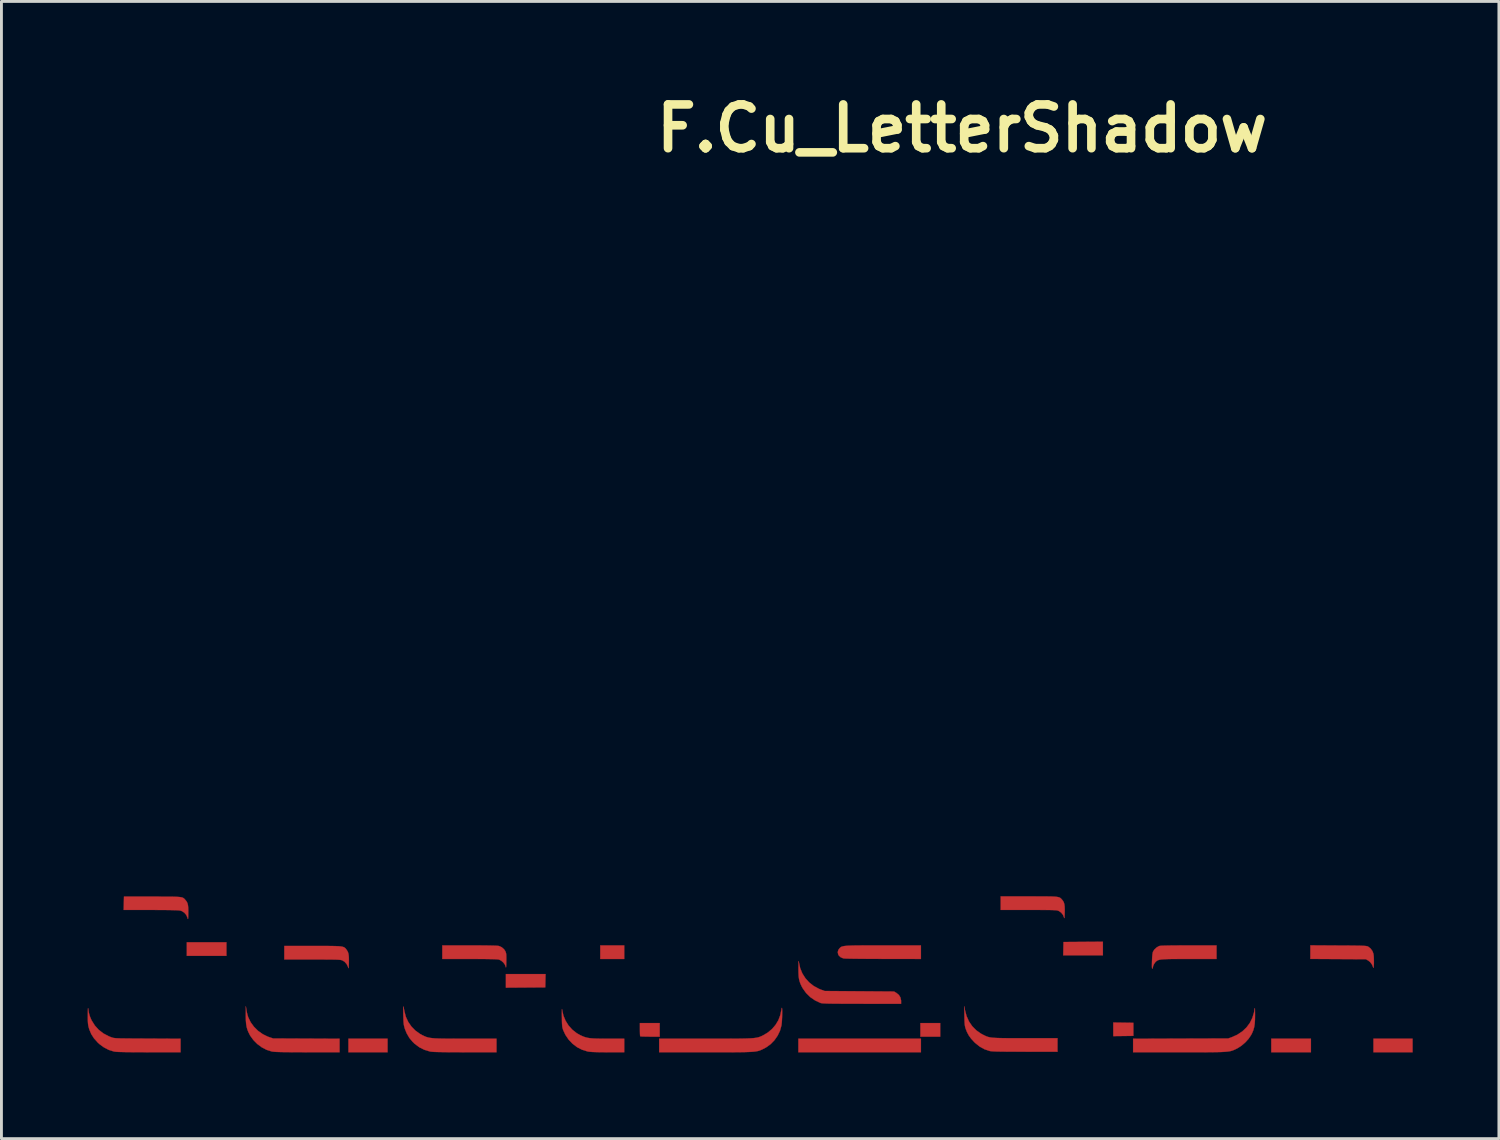
<source format=kicad_pcb>
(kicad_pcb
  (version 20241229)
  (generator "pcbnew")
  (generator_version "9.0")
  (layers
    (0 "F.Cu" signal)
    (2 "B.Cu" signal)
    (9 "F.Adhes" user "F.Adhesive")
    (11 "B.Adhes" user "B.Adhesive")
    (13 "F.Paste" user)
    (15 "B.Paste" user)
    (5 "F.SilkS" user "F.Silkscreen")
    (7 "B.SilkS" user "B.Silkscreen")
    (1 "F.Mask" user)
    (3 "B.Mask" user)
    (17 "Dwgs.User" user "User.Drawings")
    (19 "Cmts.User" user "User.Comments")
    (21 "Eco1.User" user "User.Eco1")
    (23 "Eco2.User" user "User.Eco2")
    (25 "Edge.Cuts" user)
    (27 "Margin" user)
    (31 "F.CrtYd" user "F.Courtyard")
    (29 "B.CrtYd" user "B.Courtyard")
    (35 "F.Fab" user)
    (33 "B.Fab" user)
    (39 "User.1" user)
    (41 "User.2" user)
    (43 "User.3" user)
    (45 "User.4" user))
  (footprint "F.Cu_LetterShadow"
    (layer "F.Cu")
    (at 30.429 1.418)
    (property "Reference" "F.Cu_LetterShadow" (at 0 0 0) (layer "F.SilkS") (effects (font (size 1.524 1.524) (thickness 0.3))))
    (attr through_hole)
    (fp_poly (pts (xy -25.6 28.793) (xy -26.978 28.793) (xy -26.978 28.321) (xy -25.6 28.321) (xy -25.6 28.793)) (stroke (width 0.01) (type solid)) (fill yes) (layer "F.Cu"))
    (fp_poly (pts (xy -19.993 32.149) (xy -21.354 32.149) (xy -21.354 31.677) (xy -19.993 31.677) (xy -19.993 32.149)) (stroke (width 0.01) (type solid)) (fill yes) (layer "F.Cu"))
    (fp_poly (pts (xy -11.757 28.902) (xy -12.591 28.902) (xy -12.591 28.43) (xy -11.757 28.43) (xy -11.757 28.902)) (stroke (width 0.01) (type solid)) (fill yes) (layer "F.Cu"))
    (fp_poly (pts (xy -1.433 32.149) (xy -5.697 32.149) (xy -5.697 31.677) (xy -1.433 31.677) (xy -1.433 32.149)) (stroke (width 0.01) (type solid)) (fill yes) (layer "F.Cu"))
    (fp_poly (pts (xy -0.762 31.605) (xy -1.451 31.605) (xy -1.451 31.133) (xy -0.762 31.133) (xy -0.762 31.605)) (stroke (width 0.01) (type solid)) (fill yes) (layer "F.Cu"))
    (fp_poly (pts (xy 12.138 32.149) (xy 10.759 32.149) (xy 10.759 31.677) (xy 12.138 31.677) (xy 12.138 32.149)) (stroke (width 0.01) (type solid)) (fill yes) (layer "F.Cu"))
    (fp_poly (pts (xy 15.675 32.149) (xy 14.315 32.149) (xy 14.315 31.677) (xy 15.675 31.677) (xy 15.675 32.149)) (stroke (width 0.01) (type solid)) (fill yes) (layer "F.Cu"))
    (fp_poly (pts (xy -14.5 29.659) (xy -14.505 29.89) (xy -15.875 29.9) (xy -15.875 29.428) (xy -14.495 29.428) (xy -14.5 29.659)) (stroke (width 0.01) (type solid)) (fill yes) (layer "F.Cu"))
    (fp_poly (pts (xy 4.899 28.775) (xy 3.519 28.775) (xy 3.524 28.543) (xy 3.529 28.312) (xy 4.214 28.307) (xy 4.899 28.302) (xy 4.899 28.775)) (stroke (width 0.01) (type solid)) (fill yes) (layer "F.Cu"))
    (fp_poly (pts (xy 5.611 31.119) (xy 5.96 31.124) (xy 5.96 31.578) (xy 5.611 31.583) (xy 5.261 31.587) (xy 5.261 31.114) (xy 5.611 31.119)) (stroke (width 0.01) (type solid)) (fill yes) (layer "F.Cu"))
    (fp_poly (pts (xy -10.523 31.605) (xy -10.855 31.605) (xy -10.962 31.604) (xy -11.055 31.602) (xy -11.13 31.6) (xy -11.181 31.596) (xy -11.2 31.593) (xy -11.205 31.571) (xy -11.209 31.52) (xy -11.211 31.448) (xy -11.212 31.362) (xy -11.212 31.357) (xy -11.212 31.133) (xy -10.523 31.133) (xy -10.523 31.605)) (stroke (width 0.01) (type solid)) (fill yes) (layer "F.Cu"))
    (fp_poly (pts (xy 13.095 28.434) (xy 13.31 28.435) (xy 13.491 28.436) (xy 13.643 28.438) (xy 13.767 28.439) (xy 13.867 28.441) (xy 13.945 28.444) (xy 14.005 28.447) (xy 14.05 28.451) (xy 14.082 28.456) (xy 14.105 28.461) (xy 14.122 28.468) (xy 14.126 28.47) (xy 14.214 28.538) (xy 14.28 28.629) (xy 14.314 28.724) (xy 14.321 28.77) (xy 14.326 28.833) (xy 14.329 28.907) (xy 14.33 28.984) (xy 14.33 29.059) (xy 14.327 29.125) (xy 14.323 29.176) (xy 14.318 29.207) (xy 14.311 29.21) (xy 14.308 29.201) (xy 14.263 29.095) (xy 14.198 29.008) (xy 14.131 28.956) (xy 14.052 28.911) (xy 13.086 28.906) (xy 12.119 28.9) (xy 12.119 28.428) (xy 13.095 28.434)) (stroke (width 0.01) (type solid)) (fill yes) (layer "F.Cu"))
    (fp_poly (pts (xy -1.433 28.902) (xy -2.753 28.9) (xy -3.003 28.899) (xy -3.234 28.898) (xy -3.443 28.897) (xy -3.629 28.895) (xy -3.789 28.893) (xy -3.921 28.891) (xy -4.024 28.888) (xy -4.094 28.885) (xy -4.131 28.881) (xy -4.134 28.881) (xy -4.227 28.841) (xy -4.289 28.784) (xy -4.312 28.743) (xy -4.327 28.665) (xy -4.307 28.59) (xy -4.267 28.534) (xy -4.248 28.515) (xy -4.23 28.498) (xy -4.209 28.484) (xy -4.182 28.472) (xy -4.147 28.462) (xy -4.103 28.453) (xy -4.045 28.447) (xy -3.971 28.441) (xy -3.88 28.437) (xy -3.769 28.434) (xy -3.634 28.432) (xy -3.474 28.431) (xy -3.286 28.43) (xy -3.068 28.43) (xy -2.816 28.43) (xy -2.736 28.43) (xy -1.433 28.43) (xy -1.433 28.902)) (stroke (width 0.01) (type solid)) (fill yes) (layer "F.Cu"))
    (fp_poly (pts (xy -17.14 28.43) (xy -16.888 28.43) (xy -16.671 28.432) (xy -16.489 28.434) (xy -16.343 28.437) (xy -16.233 28.44) (xy -16.158 28.445) (xy -16.12 28.45) (xy -16.02 28.494) (xy -15.939 28.564) (xy -15.89 28.64) (xy -15.877 28.676) (xy -15.867 28.715) (xy -15.862 28.765) (xy -15.86 28.833) (xy -15.86 28.926) (xy -15.861 28.987) (xy -15.863 29.089) (xy -15.866 29.157) (xy -15.87 29.192) (xy -15.875 29.197) (xy -15.88 29.175) (xy -15.91 29.098) (xy -15.965 29.024) (xy -16.037 28.962) (xy -16.115 28.923) (xy -16.12 28.922) (xy -16.158 28.917) (xy -16.229 28.912) (xy -16.336 28.908) (xy -16.477 28.906) (xy -16.653 28.903) (xy -16.865 28.902) (xy -17.113 28.902) (xy -17.14 28.902) (xy -18.088 28.902) (xy -18.088 28.43) (xy -17.14 28.43)) (stroke (width 0.01) (type solid)) (fill yes) (layer "F.Cu"))
    (fp_poly (pts (xy -24.901 30.689) (xy -24.885 30.775) (xy -24.862 30.863) (xy -24.84 30.935) (xy -24.839 30.936) (xy -24.755 31.107) (xy -24.641 31.263) (xy -24.502 31.401) (xy -24.343 31.515) (xy -24.168 31.602) (xy -24.121 31.619) (xy -23.976 31.668) (xy -21.663 31.679) (xy -21.663 32.149) (xy -22.783 32.148) (xy -23.026 32.147) (xy -23.236 32.146) (xy -23.415 32.145) (xy -23.565 32.144) (xy -23.689 32.142) (xy -23.79 32.139) (xy -23.871 32.136) (xy -23.934 32.132) (xy -23.981 32.127) (xy -24.016 32.122) (xy -24.021 32.121) (xy -24.2 32.065) (xy -24.37 31.976) (xy -24.526 31.861) (xy -24.663 31.722) (xy -24.776 31.565) (xy -24.843 31.431) (xy -24.875 31.346) (xy -24.898 31.258) (xy -24.914 31.161) (xy -24.923 31.047) (xy -24.927 30.907) (xy -24.926 30.826) (xy -24.925 30.544) (xy -24.901 30.689)) (stroke (width 0.01) (type solid)) (fill yes) (layer "F.Cu"))
    (fp_poly (pts (xy -27.768 26.734) (xy -27.61 26.734) (xy -27.48 26.735) (xy -27.374 26.738) (xy -27.29 26.742) (xy -27.223 26.747) (xy -27.172 26.755) (xy -27.133 26.765) (xy -27.103 26.778) (xy -27.079 26.794) (xy -27.058 26.813) (xy -27.038 26.837) (xy -27.018 26.859) (xy -26.982 26.908) (xy -26.956 26.961) (xy -26.939 27.027) (xy -26.93 27.111) (xy -26.927 27.22) (xy -26.928 27.309) (xy -26.93 27.405) (xy -26.932 27.469) (xy -26.935 27.503) (xy -26.94 27.512) (xy -26.946 27.5) (xy -26.955 27.468) (xy -26.956 27.463) (xy -27 27.366) (xy -27.07 27.287) (xy -27.161 27.232) (xy -27.213 27.216) (xy -27.258 27.211) (xy -27.338 27.206) (xy -27.454 27.203) (xy -27.604 27.2) (xy -27.788 27.198) (xy -28.006 27.197) (xy -28.241 27.196) (xy -29.175 27.196) (xy -29.17 26.965) (xy -29.165 26.733) (xy -28.176 26.733) (xy -27.955 26.733) (xy -27.768 26.734)) (stroke (width 0.01) (type solid)) (fill yes) (layer "F.Cu"))
    (fp_poly (pts (xy 8.854 28.902) (xy 7.906 28.902) (xy 7.685 28.902) (xy 7.497 28.902) (xy 7.339 28.903) (xy 7.209 28.905) (xy 7.102 28.908) (xy 7.016 28.912) (xy 6.949 28.917) (xy 6.896 28.924) (xy 6.854 28.933) (xy 6.822 28.944) (xy 6.795 28.957) (xy 6.77 28.972) (xy 6.762 28.978) (xy 6.718 29.021) (xy 6.678 29.082) (xy 6.649 29.145) (xy 6.64 29.19) (xy 6.631 29.226) (xy 6.62 29.239) (xy 6.612 29.233) (xy 6.607 29.203) (xy 6.605 29.144) (xy 6.606 29.054) (xy 6.608 28.981) (xy 6.614 28.846) (xy 6.623 28.745) (xy 6.635 28.676) (xy 6.644 28.647) (xy 6.691 28.574) (xy 6.761 28.508) (xy 6.84 28.46) (xy 6.871 28.449) (xy 6.907 28.444) (xy 6.978 28.44) (xy 7.082 28.437) (xy 7.219 28.434) (xy 7.388 28.432) (xy 7.586 28.431) (xy 7.812 28.43) (xy 7.897 28.43) (xy 8.854 28.43) (xy 8.854 28.902)) (stroke (width 0.01) (type solid)) (fill yes) (layer "F.Cu"))
    (fp_poly (pts (xy -22.601 28.448) (xy -22.376 28.448) (xy -22.184 28.449) (xy -22.023 28.45) (xy -21.888 28.452) (xy -21.779 28.455) (xy -21.691 28.459) (xy -21.621 28.466) (xy -21.567 28.475) (xy -21.526 28.487) (xy -21.494 28.502) (xy -21.469 28.521) (xy -21.448 28.543) (xy -21.428 28.569) (xy -21.411 28.593) (xy -21.381 28.642) (xy -21.359 28.698) (xy -21.346 28.768) (xy -21.339 28.856) (xy -21.338 28.971) (xy -21.339 29.056) (xy -21.342 29.142) (xy -21.345 29.196) (xy -21.348 29.221) (xy -21.354 29.221) (xy -21.362 29.2) (xy -21.368 29.179) (xy -21.416 29.079) (xy -21.49 28.998) (xy -21.562 28.954) (xy -21.58 28.947) (xy -21.601 28.94) (xy -21.629 28.935) (xy -21.666 28.931) (xy -21.716 28.928) (xy -21.781 28.925) (xy -21.865 28.923) (xy -21.971 28.922) (xy -22.101 28.921) (xy -22.26 28.92) (xy -22.449 28.92) (xy -22.611 28.92) (xy -23.586 28.92) (xy -23.586 28.448) (xy -22.601 28.448)) (stroke (width 0.01) (type solid)) (fill yes) (layer "F.Cu"))
    (fp_poly (pts (xy 2.545 26.724) (xy 2.733 26.725) (xy 2.891 26.725) (xy 3.022 26.727) (xy 3.129 26.729) (xy 3.214 26.733) (xy 3.281 26.739) (xy 3.333 26.747) (xy 3.372 26.757) (xy 3.402 26.769) (xy 3.426 26.785) (xy 3.446 26.803) (xy 3.466 26.826) (xy 3.478 26.839) (xy 3.515 26.887) (xy 3.542 26.939) (xy 3.559 27) (xy 3.569 27.078) (xy 3.572 27.179) (xy 3.571 27.287) (xy 3.568 27.386) (xy 3.564 27.451) (xy 3.559 27.48) (xy 3.553 27.476) (xy 3.551 27.469) (xy 3.513 27.372) (xy 3.449 27.29) (xy 3.37 27.235) (xy 3.352 27.226) (xy 3.333 27.219) (xy 3.31 27.213) (xy 3.28 27.208) (xy 3.24 27.205) (xy 3.186 27.202) (xy 3.116 27.2) (xy 3.027 27.198) (xy 2.915 27.197) (xy 2.778 27.197) (xy 2.612 27.196) (xy 2.414 27.196) (xy 2.317 27.196) (xy 1.343 27.196) (xy 1.343 26.724) (xy 2.323 26.724) (xy 2.545 26.724)) (stroke (width 0.01) (type solid)) (fill yes) (layer "F.Cu"))
    (fp_poly (pts (xy -13.919 30.659) (xy -13.916 30.68) (xy -13.874 30.871) (xy -13.799 31.051) (xy -13.696 31.216) (xy -13.566 31.361) (xy -13.414 31.482) (xy -13.298 31.548) (xy -13.228 31.581) (xy -13.164 31.608) (xy -13.099 31.629) (xy -13.031 31.646) (xy -12.953 31.658) (xy -12.861 31.667) (xy -12.75 31.672) (xy -12.616 31.675) (xy -12.454 31.677) (xy -12.324 31.677) (xy -11.757 31.677) (xy -11.757 32.149) (xy -12.333 32.148) (xy -12.513 32.147) (xy -12.661 32.145) (xy -12.78 32.142) (xy -12.875 32.138) (xy -12.949 32.132) (xy -13.007 32.125) (xy -13.036 32.119) (xy -13.223 32.061) (xy -13.397 31.972) (xy -13.554 31.853) (xy -13.69 31.71) (xy -13.803 31.544) (xy -13.874 31.394) (xy -13.891 31.349) (xy -13.903 31.308) (xy -13.912 31.266) (xy -13.918 31.214) (xy -13.922 31.147) (xy -13.925 31.059) (xy -13.926 30.942) (xy -13.927 30.915) (xy -13.928 30.796) (xy -13.927 30.713) (xy -13.926 30.663) (xy -13.923 30.645) (xy -13.919 30.659)) (stroke (width 0.01) (type solid)) (fill yes) (layer "F.Cu"))
    (fp_poly (pts (xy 10.19 30.632) (xy 10.192 30.681) (xy 10.193 30.764) (xy 10.194 30.844) (xy 10.192 31.012) (xy 10.183 31.151) (xy 10.165 31.27) (xy 10.136 31.375) (xy 10.095 31.475) (xy 10.057 31.549) (xy 9.968 31.681) (xy 9.852 31.808) (xy 9.721 31.92) (xy 9.584 32.008) (xy 9.561 32.02) (xy 9.518 32.041) (xy 9.478 32.06) (xy 9.44 32.076) (xy 9.401 32.091) (xy 9.359 32.103) (xy 9.31 32.114) (xy 9.254 32.122) (xy 9.186 32.129) (xy 9.106 32.135) (xy 9.009 32.14) (xy 8.895 32.143) (xy 8.76 32.145) (xy 8.603 32.147) (xy 8.42 32.148) (xy 8.209 32.149) (xy 7.968 32.149) (xy 7.694 32.149) (xy 7.552 32.149) (xy 5.951 32.149) (xy 5.951 31.679) (xy 7.606 31.673) (xy 9.262 31.668) (xy 9.38 31.626) (xy 9.577 31.538) (xy 9.749 31.424) (xy 9.895 31.287) (xy 10.013 31.128) (xy 10.102 30.948) (xy 10.161 30.751) (xy 10.177 30.654) (xy 10.183 30.62) (xy 10.187 30.612) (xy 10.19 30.632)) (stroke (width 0.01) (type solid)) (fill yes) (layer "F.Cu"))
    (fp_poly (pts (xy -5.683 28.99) (xy -5.677 29.026) (xy -5.677 29.029) (xy -5.634 29.224) (xy -5.559 29.406) (xy -5.454 29.572) (xy -5.322 29.718) (xy -5.166 29.841) (xy -4.989 29.938) (xy -4.913 29.969) (xy -4.781 30.017) (xy -3.574 30.026) (xy -2.368 30.035) (xy -2.286 30.084) (xy -2.201 30.153) (xy -2.146 30.241) (xy -2.123 30.347) (xy -2.123 30.369) (xy -2.123 30.462) (xy -3.488 30.461) (xy -3.749 30.46) (xy -3.977 30.46) (xy -4.173 30.459) (xy -4.34 30.458) (xy -4.481 30.457) (xy -4.597 30.455) (xy -4.691 30.453) (xy -4.766 30.45) (xy -4.824 30.447) (xy -4.868 30.444) (xy -4.899 30.439) (xy -4.92 30.435) (xy -4.926 30.433) (xy -5.115 30.345) (xy -5.284 30.229) (xy -5.428 30.087) (xy -5.547 29.921) (xy -5.584 29.853) (xy -5.624 29.767) (xy -5.653 29.687) (xy -5.674 29.603) (xy -5.687 29.508) (xy -5.693 29.393) (xy -5.695 29.253) (xy -5.695 29.216) (xy -5.693 29.108) (xy -5.692 29.034) (xy -5.69 28.991) (xy -5.687 28.977) (xy -5.683 28.99)) (stroke (width 0.01) (type solid)) (fill yes) (layer "F.Cu"))
    (fp_poly (pts (xy 0.1 30.682) (xy 0.156 30.891) (xy 0.24 31.078) (xy 0.353 31.243) (xy 0.492 31.384) (xy 0.658 31.501) (xy 0.735 31.542) (xy 0.782 31.565) (xy 0.824 31.585) (xy 0.866 31.602) (xy 0.909 31.616) (xy 0.956 31.627) (xy 1.012 31.637) (xy 1.078 31.644) (xy 1.158 31.649) (xy 1.254 31.653) (xy 1.371 31.656) (xy 1.51 31.658) (xy 1.676 31.659) (xy 1.87 31.659) (xy 2.096 31.659) (xy 3.32 31.659) (xy 3.32 32.131) (xy 2.191 32.129) (xy 1.95 32.129) (xy 1.743 32.128) (xy 1.567 32.127) (xy 1.419 32.126) (xy 1.296 32.124) (xy 1.197 32.122) (xy 1.117 32.119) (xy 1.055 32.115) (xy 1.007 32.111) (xy 0.971 32.106) (xy 0.953 32.102) (xy 0.775 32.042) (xy 0.611 31.95) (xy 0.455 31.825) (xy 0.425 31.796) (xy 0.317 31.679) (xy 0.234 31.565) (xy 0.17 31.445) (xy 0.126 31.333) (xy 0.111 31.285) (xy 0.1 31.237) (xy 0.092 31.181) (xy 0.087 31.111) (xy 0.083 31.02) (xy 0.08 30.9) (xy 0.08 30.879) (xy 0.074 30.544) (xy 0.1 30.682)) (stroke (width 0.01) (type solid)) (fill yes) (layer "F.Cu"))
    (fp_poly (pts (xy -30.411 30.627) (xy -30.407 30.654) (xy -30.385 30.783) (xy -30.354 30.892) (xy -30.309 31) (xy -30.289 31.042) (xy -30.179 31.218) (xy -30.044 31.368) (xy -29.882 31.493) (xy -29.696 31.591) (xy -29.609 31.626) (xy -29.585 31.634) (xy -29.561 31.641) (xy -29.536 31.648) (xy -29.505 31.653) (xy -29.467 31.657) (xy -29.417 31.661) (xy -29.355 31.663) (xy -29.275 31.666) (xy -29.176 31.667) (xy -29.054 31.669) (xy -28.907 31.67) (xy -28.732 31.671) (xy -28.526 31.672) (xy -28.344 31.673) (xy -27.196 31.679) (xy -27.196 32.149) (xy -28.298 32.148) (xy -28.54 32.147) (xy -28.748 32.146) (xy -28.924 32.145) (xy -29.073 32.144) (xy -29.196 32.141) (xy -29.295 32.139) (xy -29.375 32.136) (xy -29.436 32.132) (xy -29.482 32.127) (xy -29.516 32.121) (xy -29.518 32.121) (xy -29.694 32.066) (xy -29.863 31.978) (xy -30.02 31.863) (xy -30.081 31.807) (xy -30.207 31.665) (xy -30.302 31.518) (xy -30.37 31.358) (xy -30.388 31.297) (xy -30.403 31.239) (xy -30.413 31.181) (xy -30.419 31.117) (xy -30.423 31.037) (xy -30.424 30.934) (xy -30.423 30.852) (xy -30.422 30.744) (xy -30.42 30.669) (xy -30.418 30.626) (xy -30.415 30.613) (xy -30.411 30.627)) (stroke (width 0.01) (type solid)) (fill yes) (layer "F.Cu"))
    (fp_poly (pts (xy -19.437 30.573) (xy -19.426 30.621) (xy -19.413 30.688) (xy -19.406 30.725) (xy -19.356 30.916) (xy -19.273 31.094) (xy -19.161 31.255) (xy -19.024 31.395) (xy -18.863 31.51) (xy -18.796 31.547) (xy -18.745 31.572) (xy -18.698 31.594) (xy -18.652 31.613) (xy -18.604 31.628) (xy -18.552 31.641) (xy -18.491 31.651) (xy -18.42 31.659) (xy -18.334 31.666) (xy -18.231 31.67) (xy -18.108 31.673) (xy -17.962 31.675) (xy -17.789 31.676) (xy -17.587 31.677) (xy -17.352 31.677) (xy -17.295 31.677) (xy -16.202 31.677) (xy -16.202 32.149) (xy -17.304 32.148) (xy -17.55 32.147) (xy -17.762 32.146) (xy -17.942 32.145) (xy -18.094 32.143) (xy -18.219 32.141) (xy -18.319 32.138) (xy -18.397 32.135) (xy -18.456 32.13) (xy -18.498 32.125) (xy -18.515 32.122) (xy -18.711 32.063) (xy -18.887 31.975) (xy -19.047 31.856) (xy -19.117 31.789) (xy -19.236 31.647) (xy -19.329 31.485) (xy -19.387 31.342) (xy -19.405 31.285) (xy -19.418 31.234) (xy -19.428 31.179) (xy -19.435 31.114) (xy -19.44 31.031) (xy -19.443 30.922) (xy -19.445 30.87) (xy -19.447 30.767) (xy -19.448 30.678) (xy -19.448 30.609) (xy -19.446 30.565) (xy -19.444 30.553) (xy -19.437 30.573)) (stroke (width 0.01) (type solid)) (fill yes) (layer "F.Cu"))
    (fp_poly (pts (xy -6.267 30.611) (xy -6.263 30.645) (xy -6.261 30.699) (xy -6.261 30.769) (xy -6.262 30.849) (xy -6.264 30.934) (xy -6.268 31.019) (xy -6.273 31.098) (xy -6.28 31.167) (xy -6.286 31.215) (xy -6.337 31.399) (xy -6.42 31.572) (xy -6.531 31.731) (xy -6.666 31.869) (xy -6.823 31.981) (xy -6.894 32.02) (xy -6.938 32.041) (xy -6.977 32.06) (xy -7.015 32.076) (xy -7.054 32.091) (xy -7.096 32.103) (xy -7.144 32.113) (xy -7.2 32.122) (xy -7.267 32.129) (xy -7.347 32.135) (xy -7.443 32.139) (xy -7.556 32.143) (xy -7.69 32.145) (xy -7.846 32.147) (xy -8.028 32.148) (xy -8.237 32.148) (xy -8.476 32.149) (xy -8.748 32.149) (xy -8.922 32.149) (xy -10.541 32.149) (xy -10.541 31.677) (xy -8.935 31.677) (xy -8.642 31.677) (xy -8.384 31.677) (xy -8.156 31.677) (xy -7.958 31.676) (xy -7.787 31.675) (xy -7.64 31.673) (xy -7.514 31.67) (xy -7.408 31.666) (xy -7.32 31.661) (xy -7.245 31.655) (xy -7.183 31.647) (xy -7.131 31.638) (xy -7.086 31.627) (xy -7.046 31.614) (xy -7.009 31.599) (xy -6.971 31.583) (xy -6.932 31.563) (xy -6.921 31.558) (xy -6.757 31.46) (xy -6.612 31.337) (xy -6.49 31.194) (xy -6.395 31.036) (xy -6.331 30.868) (xy -6.316 30.807) (xy -6.301 30.732) (xy -6.285 30.655) (xy -6.279 30.625) (xy -6.272 30.602) (xy -6.267 30.611)) (stroke (width 0.01) (type solid)) (fill yes) (layer "F.Cu")))
  (gr_rect
    (start -3 -3)
    (end 49.109 36.572)
    (stroke (width 0.1) (type default))
    (fill no)
    (layer "Edge.Cuts")))
</source>
